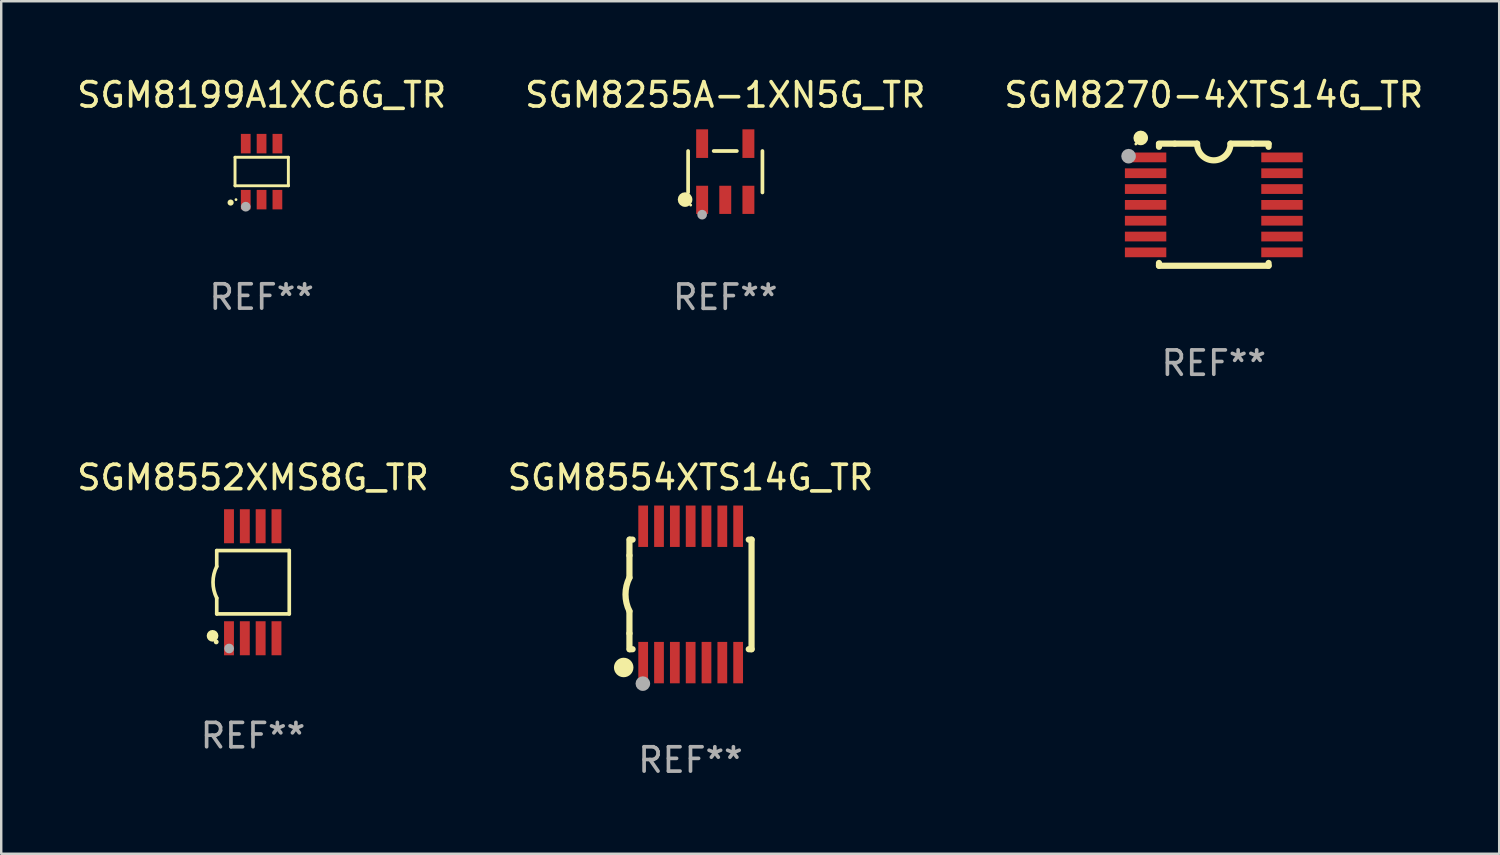
<source format=kicad_pcb>
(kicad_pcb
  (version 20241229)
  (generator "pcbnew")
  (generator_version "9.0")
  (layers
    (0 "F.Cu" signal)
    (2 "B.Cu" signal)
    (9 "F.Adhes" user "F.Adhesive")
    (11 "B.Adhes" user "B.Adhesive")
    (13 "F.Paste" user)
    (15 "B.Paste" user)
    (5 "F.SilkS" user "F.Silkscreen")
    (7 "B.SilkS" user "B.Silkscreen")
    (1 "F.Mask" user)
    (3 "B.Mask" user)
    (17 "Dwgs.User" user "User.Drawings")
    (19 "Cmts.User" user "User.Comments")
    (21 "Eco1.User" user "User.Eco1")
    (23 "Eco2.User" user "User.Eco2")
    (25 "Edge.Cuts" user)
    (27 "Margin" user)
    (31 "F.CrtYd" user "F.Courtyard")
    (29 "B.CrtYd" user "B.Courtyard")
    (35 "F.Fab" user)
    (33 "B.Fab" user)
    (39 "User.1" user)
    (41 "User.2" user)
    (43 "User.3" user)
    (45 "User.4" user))
  (footprint "SGM8554XTS14G_TR"
    (layer "F.Cu")
    (at 25.304 21.359)
    (property "Reference" "SGM8554XTS14G_TR" (at 0 -4.8 0) (layer "F.SilkS") (effects (font (size 1 1) (thickness 0.15))))
    (attr through_hole)
    (fp_line (start -2.507 -1.6) (end -2.507 -2.25) (stroke (width 0.254) (type solid)) (layer "F.SilkS"))
    (fp_line (start -2.507 -0.686) (end -2.507 -1.6) (stroke (width 0.254) (type solid)) (layer "F.SilkS"))
    (fp_line (start -2.507 1.6) (end -2.507 0.686) (stroke (width 0.254) (type solid)) (layer "F.SilkS"))
    (fp_line (start -2.507 1.6) (end -2.507 2.25) (stroke (width 0.254) (type solid)) (layer "F.SilkS"))
    (fp_line (start -2.493 -2.25) (end -2.377 -2.25) (stroke (width 0.254) (type solid)) (layer "F.SilkS"))
    (fp_line (start -2.377 2.25) (end -2.493 2.25) (stroke (width 0.254) (type solid)) (layer "F.SilkS"))
    (fp_line (start 2.392 -2.25) (end 2.507 -2.25) (stroke (width 0.254) (type solid)) (layer "F.SilkS"))
    (fp_line (start 2.507 -2.25) (end 2.507 2.25) (stroke (width 0.254) (type solid)) (layer "F.SilkS"))
    (fp_line (start 2.507 2.25) (end 2.392 2.25) (stroke (width 0.254) (type solid)) (layer "F.SilkS"))
    (fp_arc (start -2.507303 0.685802) (mid -2.669199 0) (end -2.507303 -0.685801) (stroke (width 0.254001) (type solid)) (layer "F.SilkS"))
    (fp_circle (center -2.743 3) (end -2.543 3) (stroke (width 0.4) (type solid)) (fill no) (layer "F.SilkS"))
    (fp_circle (center -2.493 3.2) (end -2.463 3.2) (stroke (width 0.06) (type solid)) (fill no) (layer "F.SilkS"))
    (fp_circle (center -1.957 3.662) (end -1.807 3.662) (stroke (width 0.3) (type solid)) (fill no) (layer "F.Fab"))
    (fp_text user "REF**" (at 0 6.8 0) (layer "F.Fab") (effects (font (size 1 1) (thickness 0.15))))
    (pad "1" smd rect (at -1.943 2.8) (size 0.4 1.7) (layers "F.Cu" "F.Mask" "F.Paste"))
    (pad "2" smd rect (at -1.293 2.8) (size 0.4 1.7) (layers "F.Cu" "F.Mask" "F.Paste"))
    (pad "3" smd rect (at -0.643 2.8) (size 0.4 1.7) (layers "F.Cu" "F.Mask" "F.Paste"))
    (pad "4" smd rect (at 0.007 2.8) (size 0.4 1.7) (layers "F.Cu" "F.Mask" "F.Paste"))
    (pad "5" smd rect (at 0.657 2.8) (size 0.4 1.7) (layers "F.Cu" "F.Mask" "F.Paste"))
    (pad "6" smd rect (at 1.307 2.8) (size 0.4 1.7) (layers "F.Cu" "F.Mask" "F.Paste"))
    (pad "7" smd rect (at 1.957 2.8) (size 0.4 1.7) (layers "F.Cu" "F.Mask" "F.Paste"))
    (pad "8" smd rect (at 1.957 -2.8) (size 0.4 1.7) (layers "F.Cu" "F.Mask" "F.Paste"))
    (pad "9" smd rect (at 1.307 -2.8) (size 0.4 1.7) (layers "F.Cu" "F.Mask" "F.Paste"))
    (pad "10" smd rect (at 0.657 -2.8) (size 0.4 1.7) (layers "F.Cu" "F.Mask" "F.Paste"))
    (pad "11" smd rect (at 0.007 -2.8) (size 0.4 1.7) (layers "F.Cu" "F.Mask" "F.Paste"))
    (pad "12" smd rect (at -0.643 -2.8) (size 0.4 1.7) (layers "F.Cu" "F.Mask" "F.Paste"))
    (pad "13" smd rect (at -1.293 -2.8) (size 0.4 1.7) (layers "F.Cu" "F.Mask" "F.Paste"))
    (pad "14" smd rect (at -1.943 -2.8) (size 0.4 1.7) (layers "F.Cu" "F.Mask" "F.Paste")))
  (footprint "SGM8199A1XC6G_TR"
    (layer "F.Cu")
    (at 7.696 3.998)
    (property "Reference" "SGM8199A1XC6G_TR" (at 0 -3.15 0) (layer "F.SilkS") (effects (font (size 1 1) (thickness 0.15))))
    (attr through_hole)
    (fp_line (start -1.095 -0.59) (end 1.095 -0.59) (stroke (width 0.12) (type solid)) (layer "F.SilkS"))
    (fp_line (start -1.095 0.58) (end -1.095 -0.59) (stroke (width 0.12) (type solid)) (layer "F.SilkS"))
    (fp_line (start -1.085 0.58) (end -1.095 0.58) (stroke (width 0.12) (type solid)) (layer "F.SilkS"))
    (fp_line (start 1.095 -0.59) (end 1.095 0.57) (stroke (width 0.12) (type solid)) (layer "F.SilkS"))
    (fp_line (start 1.095 0.57) (end 1.095 0.58) (stroke (width 0.12) (type solid)) (layer "F.SilkS"))
    (fp_line (start 1.095 0.58) (end -1.085 0.58) (stroke (width 0.12) (type solid)) (layer "F.SilkS"))
    (fp_arc (start -1.277521 1.270003) (mid -1.276251 1.269996) (end -1.274981 1.270003) (stroke (width 0.24892) (type solid)) (layer "F.SilkS"))
    (fp_circle (center -1.055 1.15) (end -1.025 1.15) (stroke (width 0.06) (type solid)) (fill no) (layer "F.SilkS"))
    (fp_circle (center -0.655 1.44) (end -0.555 1.44) (stroke (width 0.2) (type solid)) (fill no) (layer "F.Fab"))
    (fp_text user "REF**" (at 0 5.15 0) (layer "F.Fab") (effects (font (size 1 1) (thickness 0.15))))
    (pad "1" smd rect (at -0.655 1.15) (size 0.4 0.8) (layers "F.Cu" "F.Mask" "F.Paste"))
    (pad "2" smd rect (at -0.005 1.15) (size 0.4 0.8) (layers "F.Cu" "F.Mask" "F.Paste"))
    (pad "3" smd rect (at 0.645 1.15) (size 0.4 0.8) (layers "F.Cu" "F.Mask" "F.Paste"))
    (pad "4" smd rect (at 0.645 -1.15) (size 0.4 0.8) (layers "F.Cu" "F.Mask" "F.Paste"))
    (pad "5" smd rect (at -0.005 -1.15 180) (size 0.4 0.8) (layers "F.Cu" "F.Mask" "F.Paste"))
    (pad "6" smd rect (at -0.655 -1.15) (size 0.4 0.8) (layers "F.Cu" "F.Mask" "F.Paste")))
  (footprint "SGM8552XMS8G_TR"
    (layer "F.Cu")
    (at 7.339 20.859)
    (property "Reference" "SGM8552XMS8G_TR" (at 0 -4.3 0) (layer "F.SilkS") (effects (font (size 1 1) (thickness 0.15))))
    (attr through_hole)
    (fp_line (start -1.489 -1.3) (end -1.489 -0.648) (stroke (width 0.15) (type solid)) (layer "F.SilkS"))
    (fp_line (start -1.489 0.648) (end -1.489 1.3) (stroke (width 0.15) (type solid)) (layer "F.SilkS"))
    (fp_line (start -1.489 1.3) (end 1.489 1.3) (stroke (width 0.15) (type solid)) (layer "F.SilkS"))
    (fp_line (start 1.489 -1.3) (end -1.489 -1.3) (stroke (width 0.15) (type solid)) (layer "F.SilkS"))
    (fp_line (start 1.489 1.3) (end 1.489 -1.3) (stroke (width 0.15) (type solid)) (layer "F.SilkS"))
    (fp_arc (start -1.489205 0.647702) (mid -1.642107 0) (end -1.489205 -0.647701) (stroke (width 0.150013) (type solid)) (layer "F.SilkS"))
    (fp_circle (center -1.661 2.2) (end -1.541 2.2) (stroke (width 0.24) (type solid)) (fill no) (layer "F.SilkS"))
    (fp_circle (center -1.511 2.45) (end -1.461 2.45) (stroke (width 0.1) (type solid)) (fill no) (layer "F.SilkS"))
    (fp_circle (center -0.981 2.72) (end -0.881 2.72) (stroke (width 0.2) (type solid)) (fill no) (layer "F.Fab"))
    (fp_text user "REF**" (at 0 6.3 0) (layer "F.Fab") (effects (font (size 1 1) (thickness 0.15))))
    (pad "1" smd rect (at -0.986 2.3) (size 0.406 1.397) (layers "F.Cu" "F.Mask" "F.Paste"))
    (pad "2" smd rect (at -0.336 2.3) (size 0.406 1.397) (layers "F.Cu" "F.Mask" "F.Paste"))
    (pad "3" smd rect (at 0.314 2.3) (size 0.406 1.397) (layers "F.Cu" "F.Mask" "F.Paste"))
    (pad "4" smd rect (at 0.964 2.3) (size 0.406 1.397) (layers "F.Cu" "F.Mask" "F.Paste"))
    (pad "5" smd rect (at 0.964 -2.3) (size 0.406 1.397) (layers "F.Cu" "F.Mask" "F.Paste"))
    (pad "6" smd rect (at 0.314 -2.3) (size 0.406 1.397) (layers "F.Cu" "F.Mask" "F.Paste"))
    (pad "7" smd rect (at -0.336 -2.3) (size 0.406 1.397) (layers "F.Cu" "F.Mask" "F.Paste"))
    (pad "8" smd rect (at -0.986 -2.3) (size 0.406 1.397) (layers "F.Cu" "F.Mask" "F.Paste")))
  (footprint "SGM8255A-1XN5G_TR"
    (layer "F.Cu")
    (at 26.732 4.002)
    (property "Reference" "SGM8255A-1XN5G_TR" (at 0 -3.154 0) (layer "F.SilkS") (effects (font (size 1 1) (thickness 0.15))))
    (attr through_hole)
    (fp_line (start -1.526 0.851) (end -1.526 -0.851) (stroke (width 0.152) (type solid)) (layer "F.SilkS"))
    (fp_line (start 0.476 -0.851) (end -0.476 -0.851) (stroke (width 0.152) (type solid)) (layer "F.SilkS"))
    (fp_line (start 1.526 0.851) (end 1.526 -0.851) (stroke (width 0.152) (type solid)) (layer "F.SilkS"))
    (fp_circle (center -1.651 1.143) (end -1.501 1.143) (stroke (width 0.3) (type solid)) (fill no) (layer "F.SilkS"))
    (fp_circle (center -1.42 1.37) (end -1.39 1.37) (stroke (width 0.06) (type solid)) (fill no) (layer "F.SilkS"))
    (fp_circle (center -0.95 1.763) (end -0.85 1.763) (stroke (width 0.2) (type solid)) (fill no) (layer "F.Fab"))
    (fp_text user "REF**" (at 0 5.154 0) (layer "F.Fab") (effects (font (size 1 1) (thickness 0.15))))
    (pad "1" smd rect (at -0.95 1.154) (size 0.49 1.157) (layers "F.Cu" "F.Mask" "F.Paste"))
    (pad "2" smd rect (at 0 1.154) (size 0.49 1.157) (layers "F.Cu" "F.Mask" "F.Paste"))
    (pad "3" smd rect (at 0.95 1.154) (size 0.49 1.157) (layers "F.Cu" "F.Mask" "F.Paste"))
    (pad "4" smd rect (at 0.95 -1.154) (size 0.49 1.175) (layers "F.Cu" "F.Mask" "F.Paste"))
    (pad "5" smd rect (at -0.95 -1.154) (size 0.49 1.175) (layers "F.Cu" "F.Mask" "F.Paste")))
  (footprint "SGM8270-4XTS14G_TR"
    (layer "F.Cu")
    (at 46.792 5.356)
    (property "Reference" "SGM8270-4XTS14G_TR" (at 0 -4.507 0) (layer "F.SilkS") (effects (font (size 1 1) (thickness 0.15))))
    (attr through_hole)
    (fp_line (start -2.25 -2.377) (end -2.25 -2.493) (stroke (width 0.254) (type solid)) (layer "F.SilkS"))
    (fp_line (start -2.25 2.507) (end -2.25 2.392) (stroke (width 0.254) (type solid)) (layer "F.SilkS"))
    (fp_line (start -1.6 -2.507) (end -2.25 -2.507) (stroke (width 0.254) (type solid)) (layer "F.SilkS"))
    (fp_line (start -1.6 -2.507) (end -0.686 -2.507) (stroke (width 0.254) (type solid)) (layer "F.SilkS"))
    (fp_line (start 0.686 -2.507) (end 1.6 -2.507) (stroke (width 0.254) (type solid)) (layer "F.SilkS"))
    (fp_line (start 1.6 -2.507) (end 2.25 -2.507) (stroke (width 0.254) (type solid)) (layer "F.SilkS"))
    (fp_line (start 2.25 -2.493) (end 2.25 -2.377) (stroke (width 0.254) (type solid)) (layer "F.SilkS"))
    (fp_line (start 2.25 2.392) (end 2.25 2.507) (stroke (width 0.254) (type solid)) (layer "F.SilkS"))
    (fp_line (start 2.25 2.507) (end -2.25 2.507) (stroke (width 0.254) (type solid)) (layer "F.SilkS"))
    (fp_arc (start 0.685852 -2.507303) (mid 0.000051 -1.821502) (end -0.68575 -2.507303) (stroke (width 0.254001) (type solid)) (layer "F.SilkS"))
    (fp_circle (center -3.2 -2.493) (end -3.17 -2.493) (stroke (width 0.06) (type solid)) (fill no) (layer "F.SilkS"))
    (fp_circle (center -3 -2.743) (end -2.85 -2.743) (stroke (width 0.3) (type solid)) (fill no) (layer "F.SilkS"))
    (fp_circle (center -3.5 -1.993) (end -3.35 -1.993) (stroke (width 0.3) (type solid)) (fill no) (layer "F.Fab"))
    (fp_text user "REF**" (at 0 6.507 0) (layer "F.Fab") (effects (font (size 1 1) (thickness 0.15))))
    (pad "1" smd rect (at -2.8 -1.943) (size 1.7 0.4) (layers "F.Cu" "F.Mask" "F.Paste"))
    (pad "2" smd rect (at -2.8 -1.293) (size 1.7 0.4) (layers "F.Cu" "F.Mask" "F.Paste"))
    (pad "3" smd rect (at -2.8 -0.643) (size 1.7 0.4) (layers "F.Cu" "F.Mask" "F.Paste"))
    (pad "4" smd rect (at -2.8 0.007) (size 1.7 0.4) (layers "F.Cu" "F.Mask" "F.Paste"))
    (pad "5" smd rect (at -2.8 0.657) (size 1.7 0.4) (layers "F.Cu" "F.Mask" "F.Paste"))
    (pad "6" smd rect (at -2.8 1.307) (size 1.7 0.4) (layers "F.Cu" "F.Mask" "F.Paste"))
    (pad "7" smd rect (at -2.8 1.957) (size 1.7 0.4) (layers "F.Cu" "F.Mask" "F.Paste"))
    (pad "8" smd rect (at 2.8 1.957) (size 1.7 0.4) (layers "F.Cu" "F.Mask" "F.Paste"))
    (pad "9" smd rect (at 2.8 1.307) (size 1.7 0.4) (layers "F.Cu" "F.Mask" "F.Paste"))
    (pad "10" smd rect (at 2.8 0.657) (size 1.7 0.4) (layers "F.Cu" "F.Mask" "F.Paste"))
    (pad "11" smd rect (at 2.8 0.007) (size 1.7 0.4) (layers "F.Cu" "F.Mask" "F.Paste"))
    (pad "12" smd rect (at 2.8 -0.643) (size 1.7 0.4) (layers "F.Cu" "F.Mask" "F.Paste"))
    (pad "13" smd rect (at 2.8 -1.293) (size 1.7 0.4) (layers "F.Cu" "F.Mask" "F.Paste"))
    (pad "14" smd rect (at 2.8 -1.943) (size 1.7 0.4) (layers "F.Cu" "F.Mask" "F.Paste")))
  (gr_rect
    (start -3 -3)
    (end 58.512 32.008)
    (stroke (width 0.1) (type default))
    (fill no)
    (layer "Edge.Cuts")))
</source>
